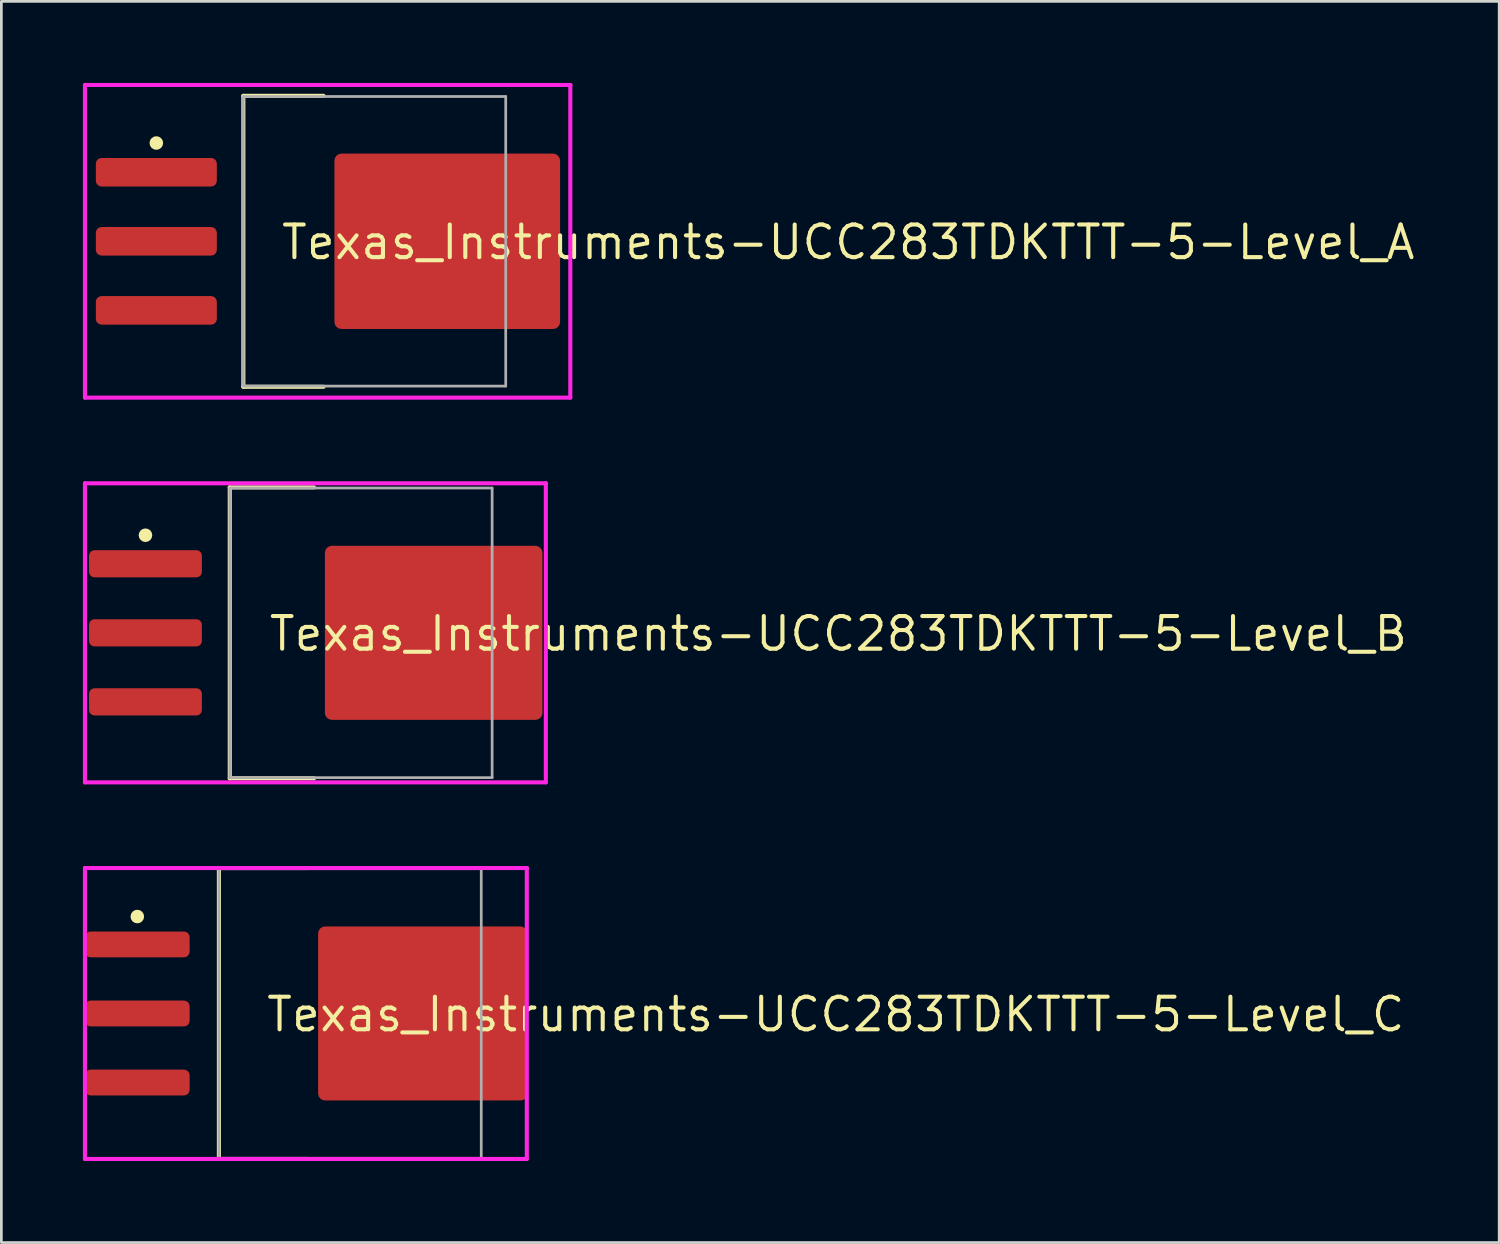
<source format=kicad_pcb>
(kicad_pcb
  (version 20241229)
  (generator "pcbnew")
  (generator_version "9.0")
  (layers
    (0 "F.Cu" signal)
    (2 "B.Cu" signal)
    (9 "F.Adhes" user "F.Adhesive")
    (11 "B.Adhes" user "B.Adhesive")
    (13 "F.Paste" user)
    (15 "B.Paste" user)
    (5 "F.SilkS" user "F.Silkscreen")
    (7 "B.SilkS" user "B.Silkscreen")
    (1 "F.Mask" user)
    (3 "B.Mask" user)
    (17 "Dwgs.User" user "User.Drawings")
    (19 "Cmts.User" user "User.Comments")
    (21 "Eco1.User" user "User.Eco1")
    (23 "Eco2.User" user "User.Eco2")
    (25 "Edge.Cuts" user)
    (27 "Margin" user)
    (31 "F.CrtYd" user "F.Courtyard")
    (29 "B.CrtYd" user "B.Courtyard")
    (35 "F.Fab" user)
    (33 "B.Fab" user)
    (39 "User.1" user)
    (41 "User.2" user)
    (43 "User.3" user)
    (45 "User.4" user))
  (footprint "Texas_Instruments-UCC283TDKTTT-5-Level_B"
    (layer "F.Cu")
    (at 8.55 20.225)
    (property "Reference" "Texas_Instruments-UCC283TDKTTT-5-Level_B" (at -1.778 0.035 0) (layer "F.SilkS") (effects (font (size 1.2 1.2) (thickness 0.15)) (justify left)))
    (attr through_hole)
    (fp_line (start -3.15 -5.35) (end -0.05 -5.35) (stroke (width 0.15) (type solid)) (layer "F.SilkS"))
    (fp_line (start -3.15 5.35) (end -3.15 -5.35) (stroke (width 0.15) (type solid)) (layer "F.SilkS"))
    (fp_line (start -3.15 5.35) (end -0.05 5.35) (stroke (width 0.15) (type solid)) (layer "F.SilkS"))
    (fp_circle (center -6.25 -3.59) (end -6.125 -3.59) (stroke (width 0.25) (type solid)) (fill no) (layer "F.SilkS"))
    (fp_line (start -8.475 -5.5) (end -8.475 5.5) (stroke (width 0.15) (type solid)) (layer "F.CrtYd"))
    (fp_line (start -8.475 5.5) (end 8.475 5.5) (stroke (width 0.15) (type solid)) (layer "F.CrtYd"))
    (fp_line (start 8.475 -5.5) (end -8.475 -5.5) (stroke (width 0.15) (type solid)) (layer "F.CrtYd"))
    (fp_line (start 8.475 -5.5) (end 8.475 -5.5) (stroke (width 0.15) (type solid)) (layer "F.CrtYd"))
    (fp_line (start 8.475 5.5) (end 8.475 -5.5) (stroke (width 0.15) (type solid)) (layer "F.CrtYd"))
    (fp_line (start -3.15 -5.325) (end 6.5 -5.325) (stroke (width 0.1) (type solid)) (layer "F.Fab"))
    (fp_line (start -3.15 5.325) (end -3.15 -5.325) (stroke (width 0.1) (type solid)) (layer "F.Fab"))
    (fp_line (start -3.15 5.325) (end 6.5 5.325) (stroke (width 0.1) (type solid)) (layer "F.Fab"))
    (fp_line (start 6.5 5.325) (end 6.5 -5.325) (stroke (width 0.1) (type solid)) (layer "F.Fab"))
    (pad "1" smd roundrect (at -6.25 -2.54 270) (size 1 4.15) (layers "F.Cu" "F.Mask" "F.Paste") (roundrect_rratio 0.2))
    (pad "2" smd roundrect (at -6.25 -0.000001 270) (size 1 4.15) (layers "F.Cu" "F.Mask" "F.Paste") (roundrect_rratio 0.2))
    (pad "3" smd roundrect (at -6.25 2.54 270) (size 1 4.15) (layers "F.Cu" "F.Mask" "F.Paste") (roundrect_rratio 0.2))
    (pad "4" smd roundrect (at 4.35 0 270) (size 6.4 8) (layers "F.Cu" "F.Mask" "F.Paste") (roundrect_rratio 0.04)))
  (footprint "Texas_Instruments-UCC283TDKTTT-5-Level_A"
    (layer "F.Cu")
    (at 9 5.825)
    (property "Reference" "Texas_Instruments-UCC283TDKTTT-5-Level_A" (at -1.778 0.035 0) (layer "F.SilkS") (effects (font (size 1.2 1.2) (thickness 0.15)) (justify left)))
    (attr through_hole)
    (fp_line (start -3.1 -5.35) (end -0.15 -5.35) (stroke (width 0.15) (type solid)) (layer "F.SilkS"))
    (fp_line (start -3.1 5.35) (end -3.1 -5.35) (stroke (width 0.15) (type solid)) (layer "F.SilkS"))
    (fp_line (start -3.1 5.35) (end -0.15 5.35) (stroke (width 0.15) (type solid)) (layer "F.SilkS"))
    (fp_circle (center -6.3 -3.615) (end -6.175 -3.615) (stroke (width 0.25) (type solid)) (fill no) (layer "F.SilkS"))
    (fp_line (start -8.925 -5.75) (end -8.925 5.75) (stroke (width 0.15) (type solid)) (layer "F.CrtYd"))
    (fp_line (start -8.925 5.75) (end 8.925 5.75) (stroke (width 0.15) (type solid)) (layer "F.CrtYd"))
    (fp_line (start 8.925 -5.75) (end -8.925 -5.75) (stroke (width 0.15) (type solid)) (layer "F.CrtYd"))
    (fp_line (start 8.925 -5.75) (end 8.925 -5.75) (stroke (width 0.15) (type solid)) (layer "F.CrtYd"))
    (fp_line (start 8.925 5.75) (end 8.925 -5.75) (stroke (width 0.15) (type solid)) (layer "F.CrtYd"))
    (fp_line (start -3.1 -5.325) (end 6.55 -5.325) (stroke (width 0.1) (type solid)) (layer "F.Fab"))
    (fp_line (start -3.1 5.325) (end -3.1 -5.325) (stroke (width 0.1) (type solid)) (layer "F.Fab"))
    (fp_line (start -3.1 5.325) (end 6.55 5.325) (stroke (width 0.1) (type solid)) (layer "F.Fab"))
    (fp_line (start 6.55 5.325) (end 6.55 -5.325) (stroke (width 0.1) (type solid)) (layer "F.Fab"))
    (pad "1" smd roundrect (at -6.3 -2.54 270) (size 1.05 4.45) (layers "F.Cu" "F.Mask" "F.Paste") (roundrect_rratio 0.2))
    (pad "2" smd roundrect (at -6.3 0 270) (size 1.05 4.45) (layers "F.Cu" "F.Mask" "F.Paste") (roundrect_rratio 0.2))
    (pad "3" smd roundrect (at -6.3 2.54 270) (size 1.05 4.45) (layers "F.Cu" "F.Mask" "F.Paste") (roundrect_rratio 0.2))
    (pad "4" smd roundrect (at 4.4 0 270) (size 6.45 8.3) (layers "F.Cu" "F.Mask" "F.Paste") (roundrect_rratio 0.04)))
  (footprint "Texas_Instruments-UCC283TDKTTT-5-Level_C"
    (layer "F.Cu")
    (at 8.2 34.225)
    (property "Reference" "Texas_Instruments-UCC283TDKTTT-5-Level_C" (at -1.524 0.035 0) (layer "F.SilkS") (effects (font (size 1.2 1.2) (thickness 0.15)) (justify left)))
    (attr through_hole)
    (fp_line (start -3.2 -5.35) (end 0.05 -5.35) (stroke (width 0.15) (type solid)) (layer "F.SilkS"))
    (fp_line (start -3.2 5.35) (end -3.2 -5.35) (stroke (width 0.15) (type solid)) (layer "F.SilkS"))
    (fp_line (start -3.2 5.35) (end 0.05 5.35) (stroke (width 0.15) (type solid)) (layer "F.SilkS"))
    (fp_circle (center -6.2 -3.565) (end -6.075 -3.565) (stroke (width 0.25) (type solid)) (fill no) (layer "F.SilkS"))
    (fp_line (start -8.125 -5.35) (end -8.125 5.35) (stroke (width 0.15) (type solid)) (layer "F.CrtYd"))
    (fp_line (start -8.125 5.35) (end 8.125 5.35) (stroke (width 0.15) (type solid)) (layer "F.CrtYd"))
    (fp_line (start 8.125 -5.35) (end -8.125 -5.35) (stroke (width 0.15) (type solid)) (layer "F.CrtYd"))
    (fp_line (start 8.125 -5.35) (end 8.125 -5.35) (stroke (width 0.15) (type solid)) (layer "F.CrtYd"))
    (fp_line (start 8.125 5.35) (end 8.125 -5.35) (stroke (width 0.15) (type solid)) (layer "F.CrtYd"))
    (fp_line (start -3.2 -5.325) (end 6.45 -5.325) (stroke (width 0.1) (type solid)) (layer "F.Fab"))
    (fp_line (start -3.2 5.325) (end -3.2 -5.325) (stroke (width 0.1) (type solid)) (layer "F.Fab"))
    (fp_line (start -3.2 5.325) (end 6.45 5.325) (stroke (width 0.1) (type solid)) (layer "F.Fab"))
    (fp_line (start 6.45 5.325) (end 6.45 -5.325) (stroke (width 0.1) (type solid)) (layer "F.Fab"))
    (pad "1" smd roundrect (at -6.2 -2.54 270) (size 0.95 3.85) (layers "F.Cu" "F.Mask" "F.Paste") (roundrect_rratio 0.22))
    (pad "2" smd roundrect (at -6.2 -0.000001 270) (size 0.95 3.85) (layers "F.Cu" "F.Mask" "F.Paste") (roundrect_rratio 0.22))
    (pad "3" smd roundrect (at -6.2 2.54 270) (size 0.95 3.85) (layers "F.Cu" "F.Mask" "F.Paste") (roundrect_rratio 0.22))
    (pad "4" smd roundrect (at 4.3 0 270) (size 6.4 7.7) (layers "F.Cu" "F.Mask" "F.Paste") (roundrect_rratio 0.04)))
  (gr_rect
    (start -3 -3)
    (end 52.089 42.65)
    (stroke (width 0.1) (type default))
    (fill no)
    (layer "Edge.Cuts")))
</source>
